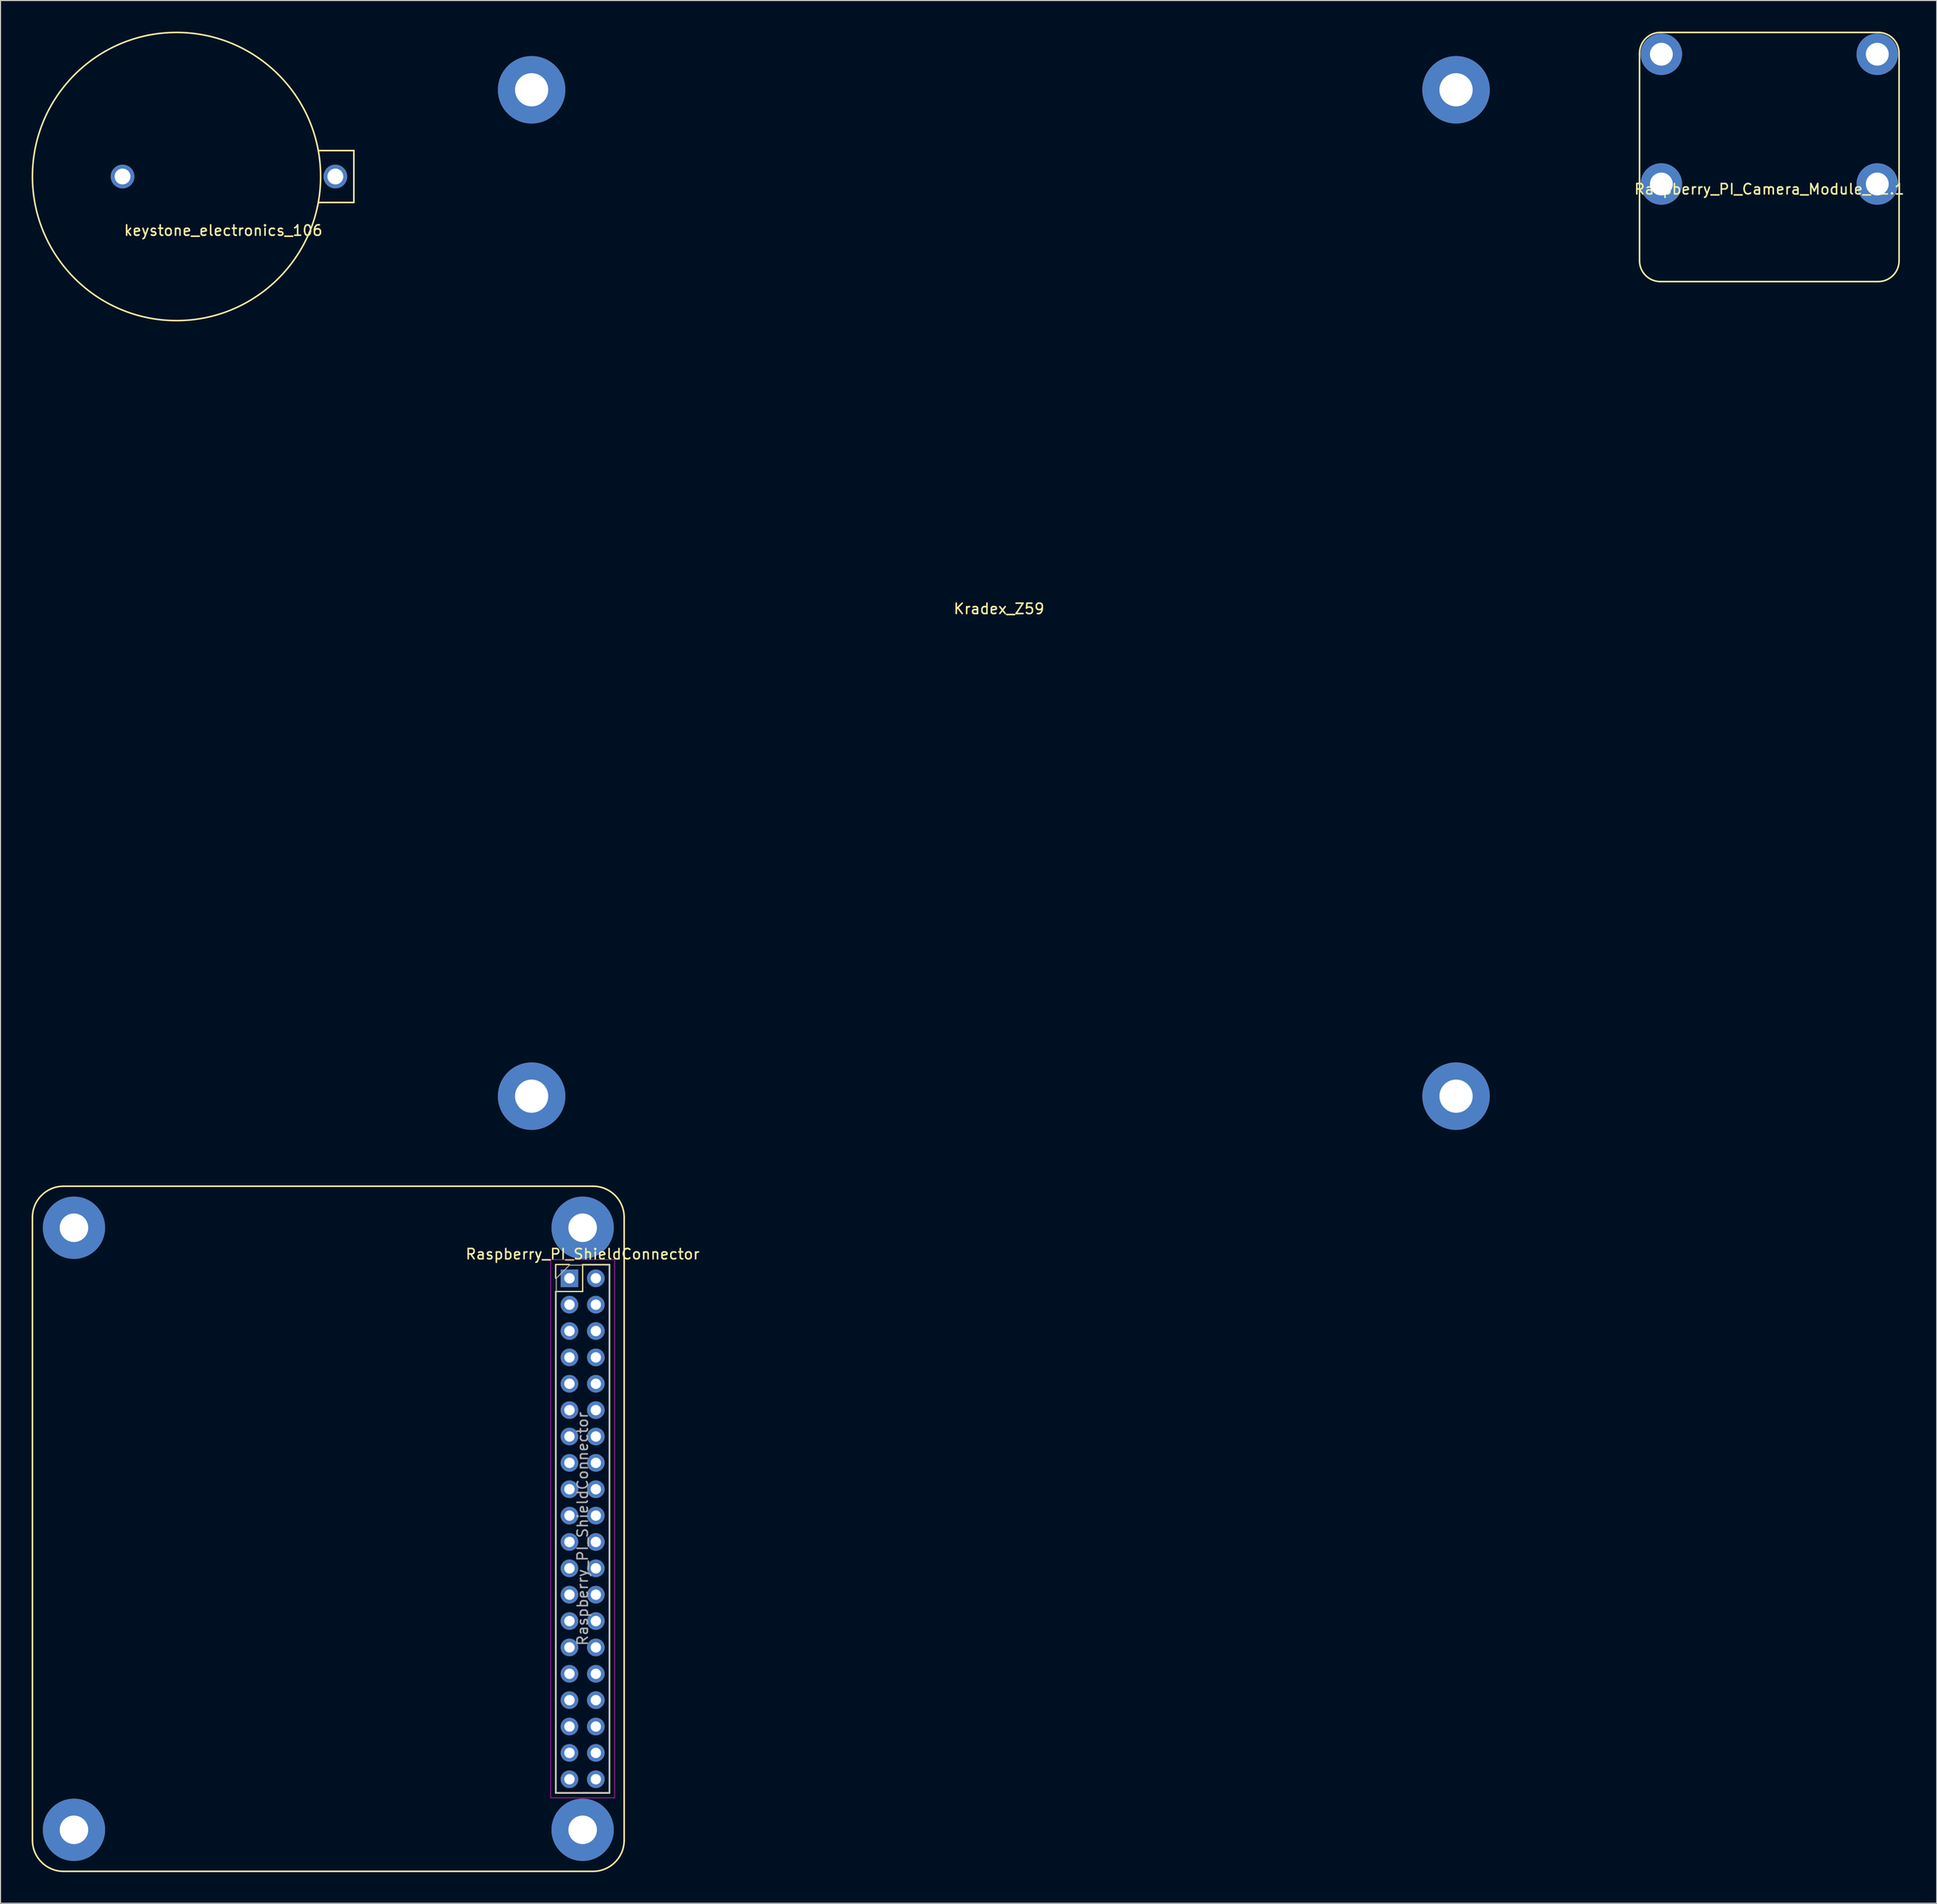
<source format=kicad_pcb>
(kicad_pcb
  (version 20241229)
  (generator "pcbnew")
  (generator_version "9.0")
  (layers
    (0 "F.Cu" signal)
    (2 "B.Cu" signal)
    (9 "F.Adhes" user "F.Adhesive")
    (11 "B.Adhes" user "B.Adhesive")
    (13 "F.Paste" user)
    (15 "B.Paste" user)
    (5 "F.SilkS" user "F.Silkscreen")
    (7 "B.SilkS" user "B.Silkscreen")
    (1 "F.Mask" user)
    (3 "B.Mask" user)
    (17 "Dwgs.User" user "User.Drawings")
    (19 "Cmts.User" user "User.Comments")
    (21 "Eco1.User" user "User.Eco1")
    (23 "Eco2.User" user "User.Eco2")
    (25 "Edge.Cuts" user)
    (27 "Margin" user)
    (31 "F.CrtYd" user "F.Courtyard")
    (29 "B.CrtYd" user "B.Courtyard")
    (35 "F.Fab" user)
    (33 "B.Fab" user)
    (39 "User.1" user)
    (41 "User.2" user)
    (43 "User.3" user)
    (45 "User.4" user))
  (footprint "keystone_electronics_106"
    (layer "F.Cu")
    (at 29.255 13.955)
    (property "Reference" "keystone_electronics_106" (at -10.8 5.2 0) (layer "F.SilkS") (effects (font (size 1 1) (thickness 0.15))))
    (attr through_hole)
    (fp_line (start -1.64 -2.5) (end 1.78 -2.5) (stroke (width 0.15) (type solid)) (layer "F.SilkS"))
    (fp_line (start 1.78 -2.5) (end 1.78 2.5) (stroke (width 0.15) (type solid)) (layer "F.SilkS"))
    (fp_line (start 1.78 2.5) (end -1.64 2.5) (stroke (width 0.15) (type solid)) (layer "F.SilkS"))
    (fp_circle (center -15.3 0) (end -29.18 0) (stroke (width 0.15) (type solid)) (fill no) (layer "F.SilkS"))
    (pad "1" thru_hole circle (at 0 0) (size 2.286 2.286) (drill 1.524) (layers "*.Cu" "*.Mask"))
    (pad "2" thru_hole circle (at -20.5 0) (size 2.286 2.286) (drill 1.524) (layers "*.Cu" "*.Mask")))
  (footprint "Raspberry_PI_Camera_Module_V2.1"
    (layer "F.Cu")
    (at 167.385 14.675)
    (property "Reference" "Raspberry_PI_Camera_Module_V2.1" (at 0 0.5 0) (layer "F.SilkS") (effects (font (size 1 1) (thickness 0.15))))
    (attr through_hole)
    (fp_line (start -12.5 -12.6) (end -12.5 7.4) (stroke (width 0.15) (type solid)) (layer "F.SilkS"))
    (fp_line (start -10.5 9.4) (end 10.5 9.4) (stroke (width 0.15) (type solid)) (layer "F.SilkS"))
    (fp_line (start 10.5 -14.6) (end -10.5 -14.6) (stroke (width 0.15) (type solid)) (layer "F.SilkS"))
    (fp_line (start 12.5 7.4) (end 12.5 -12.6) (stroke (width 0.15) (type solid)) (layer "F.SilkS"))
    (fp_arc (start -12.5 -12.6) (mid -11.914214 -14.014214) (end -10.5 -14.6) (stroke (width 0.15) (type solid)) (layer "F.SilkS"))
    (fp_arc (start -10.5 9.4) (mid -11.914214 8.814214) (end -12.5 7.4) (stroke (width 0.15) (type solid)) (layer "F.SilkS"))
    (fp_arc (start 10.5 -14.6) (mid 11.914214 -14.014214) (end 12.5 -12.6) (stroke (width 0.15) (type solid)) (layer "F.SilkS"))
    (fp_arc (start 12.5 7.4) (mid 11.914214 8.814214) (end 10.5 9.4) (stroke (width 0.15) (type solid)) (layer "F.SilkS"))
    (pad "" np_thru_hole circle (at -10.4 -12.5) (size 4 4) (drill 2.2) (layers "*.Cu" "*.Mask"))
    (pad "" np_thru_hole circle (at -10.4 0) (size 4 4) (drill 2.2) (layers "*.Cu" "*.Mask"))
    (pad "" np_thru_hole circle (at 10.4 -12.5) (size 4 4) (drill 2.2) (layers "*.Cu" "*.Mask"))
    (pad "" np_thru_hole circle (at 10.4 0) (size 4 4) (drill 2.2) (layers "*.Cu" "*.Mask")))
  (footprint "Kradex_Z59"
    (layer "F.Cu")
    (at 92.685 54.075)
    (property "Reference" "Kradex_Z59" (at 0.5 1.525 0) (layer "F.SilkS") (effects (font (size 1 1) (thickness 0.15))))
    (attr through_hole)
    (fp_line (start -58.5 -37.5) (end -58.5 45) (stroke (width 0.15) (type solid)) (layer "Margin"))
    (fp_line (start -58.5 45) (end -56 45) (stroke (width 0.15) (type solid)) (layer "Margin"))
    (fp_line (start -56 -37.5) (end -58.5 -37.5) (stroke (width 0.15) (type solid)) (layer "Margin"))
    (fp_line (start -50 -54) (end 50 -54) (stroke (width 0.15) (type solid)) (layer "Margin"))
    (fp_line (start -50 -43.5) (end -50 -54) (stroke (width 0.15) (type solid)) (layer "Margin"))
    (fp_line (start -50 51) (end -50 54) (stroke (width 0.15) (type solid)) (layer "Margin"))
    (fp_line (start -50 54) (end 50 54) (stroke (width 0.15) (type solid)) (layer "Margin"))
    (fp_line (start 50 -51) (end 50 -54) (stroke (width 0.15) (type solid)) (layer "Margin"))
    (fp_line (start 50 43.5) (end 50 54) (stroke (width 0.15) (type solid)) (layer "Margin"))
    (fp_line (start 56 -45) (end 58.5 -45) (stroke (width 0.15) (type solid)) (layer "Margin"))
    (fp_line (start 58.5 -45) (end 58.5 37.5) (stroke (width 0.15) (type solid)) (layer "Margin"))
    (fp_line (start 58.5 37.5) (end 56 37.5) (stroke (width 0.15) (type solid)) (layer "Margin"))
    (fp_arc (start -56 45) (mid -51.757359 46.757359) (end -50 51) (stroke (width 0.15) (type solid)) (layer "Margin"))
    (fp_arc (start -50 -43.5) (mid -51.757359 -39.257359) (end -56 -37.5) (stroke (width 0.15) (type solid)) (layer "Margin"))
    (fp_arc (start 50 43.5) (mid 51.757359 39.257359) (end 56 37.5) (stroke (width 0.15) (type solid)) (layer "Margin"))
    (fp_arc (start 56 -45) (mid 51.757359 -46.757359) (end 50 -51) (stroke (width 0.15) (type solid)) (layer "Margin"))
    (pad "" np_thru_hole circle (at -44.525 -48.475) (size 6.5 6.5) (drill 3.2) (layers "*.Cu" "*.Mask"))
    (pad "" np_thru_hole circle (at -44.525 48.475) (size 6.5 6.5) (drill 3.2) (layers "*.Cu" "*.Mask"))
    (pad "" np_thru_hole circle (at 44.525 -48.475) (size 6.5 6.5) (drill 3.2) (layers "*.Cu" "*.Mask"))
    (pad "" np_thru_hole circle (at 44.525 48.475) (size 6.5 6.5) (drill 3.2) (layers "*.Cu" "*.Mask")))
  (footprint "Raspberry_PI_ShieldConnector"
    (layer "F.Cu")
    (at 51.805 120.095)
    (property "Reference" "Raspberry_PI_ShieldConnector" (at 1.27 -2.33 0) (layer "F.SilkS") (effects (font (size 1 1) (thickness 0.15))))
    (attr through_hole)
    (fp_line (start -51.73 54.13) (end -51.73 -5.87) (stroke (width 0.15) (type solid)) (layer "F.SilkS"))
    (fp_line (start -48.73 -8.87) (end 2.27 -8.87) (stroke (width 0.15) (type solid)) (layer "F.SilkS"))
    (fp_line (start -1.33 -1.33) (end 0 -1.33) (stroke (width 0.12) (type solid)) (layer "F.SilkS"))
    (fp_line (start -1.33 0) (end -1.33 -1.33) (stroke (width 0.12) (type solid)) (layer "F.SilkS"))
    (fp_line (start -1.33 1.27) (end -1.33 49.59) (stroke (width 0.12) (type solid)) (layer "F.SilkS"))
    (fp_line (start -1.33 1.27) (end 1.27 1.27) (stroke (width 0.12) (type solid)) (layer "F.SilkS"))
    (fp_line (start -1.33 49.59) (end 3.87 49.59) (stroke (width 0.12) (type solid)) (layer "F.SilkS"))
    (fp_line (start 1.27 -1.33) (end 3.87 -1.33) (stroke (width 0.12) (type solid)) (layer "F.SilkS"))
    (fp_line (start 1.27 1.27) (end 1.27 -1.33) (stroke (width 0.12) (type solid)) (layer "F.SilkS"))
    (fp_line (start 2.27 57.13) (end -48.73 57.13) (stroke (width 0.15) (type solid)) (layer "F.SilkS"))
    (fp_line (start 3.87 -1.33) (end 3.87 49.59) (stroke (width 0.12) (type solid)) (layer "F.SilkS"))
    (fp_line (start 5.27 -5.87) (end 5.27 54.13) (stroke (width 0.15) (type solid)) (layer "F.SilkS"))
    (fp_arc (start -51.73 -5.87) (mid -50.85132 -7.99132) (end -48.73 -8.87) (stroke (width 0.15) (type solid)) (layer "F.SilkS"))
    (fp_arc (start -48.73 57.13) (mid -50.85132 56.25132) (end -51.73 54.13) (stroke (width 0.15) (type solid)) (layer "F.SilkS"))
    (fp_arc (start 2.27 -8.87) (mid 4.39132 -7.99132) (end 5.27 -5.87) (stroke (width 0.15) (type solid)) (layer "F.SilkS"))
    (fp_arc (start 5.27 54.13) (mid 4.39132 56.25132) (end 2.27 57.13) (stroke (width 0.15) (type solid)) (layer "F.SilkS"))
    (fp_line (start -1.8 -1.8) (end -1.8 50.05) (stroke (width 0.05) (type solid)) (layer "F.CrtYd"))
    (fp_line (start -1.8 50.05) (end 4.35 50.05) (stroke (width 0.05) (type solid)) (layer "F.CrtYd"))
    (fp_line (start 4.35 -1.8) (end -1.8 -1.8) (stroke (width 0.05) (type solid)) (layer "F.CrtYd"))
    (fp_line (start 4.35 50.05) (end 4.35 -1.8) (stroke (width 0.05) (type solid)) (layer "F.CrtYd"))
    (fp_line (start -1.27 0) (end 0 -1.27) (stroke (width 0.1) (type solid)) (layer "F.Fab"))
    (fp_line (start -1.27 49.53) (end -1.27 0) (stroke (width 0.1) (type solid)) (layer "F.Fab"))
    (fp_line (start 0 -1.27) (end 3.81 -1.27) (stroke (width 0.1) (type solid)) (layer "F.Fab"))
    (fp_line (start 3.81 -1.27) (end 3.81 49.53) (stroke (width 0.1) (type solid)) (layer "F.Fab"))
    (fp_line (start 3.81 49.53) (end -1.27 49.53) (stroke (width 0.1) (type solid)) (layer "F.Fab"))
    (fp_text user "${REFERENCE}" (at 1.27 24.13 90) (layer "F.Fab") (effects (font (size 1 1) (thickness 0.15))))
    (pad "" np_thru_hole circle (at -47.73 -4.87) (size 6 6) (drill 2.75) (layers "*.Cu" "*.Mask"))
    (pad "" np_thru_hole circle (at -47.73 53.13) (size 6 6) (drill 2.75) (layers "*.Cu" "*.Mask"))
    (pad "" np_thru_hole circle (at 1.27 -4.87) (size 6 6) (drill 2.75) (layers "*.Cu" "*.Mask"))
    (pad "" np_thru_hole circle (at 1.27 53.13) (size 6 6) (drill 2.75) (layers "*.Cu" "*.Mask"))
    (pad "1" thru_hole rect (at 0 0) (size 1.7 1.7) (drill 1) (layers "*.Cu" "*.Mask"))
    (pad "2" thru_hole oval (at 2.54 0) (size 1.7 1.7) (drill 1) (layers "*.Cu" "*.Mask"))
    (pad "3" thru_hole oval (at 0 2.54) (size 1.7 1.7) (drill 1) (layers "*.Cu" "*.Mask"))
    (pad "4" thru_hole oval (at 2.54 2.54) (size 1.7 1.7) (drill 1) (layers "*.Cu" "*.Mask"))
    (pad "5" thru_hole oval (at 0 5.08) (size 1.7 1.7) (drill 1) (layers "*.Cu" "*.Mask"))
    (pad "6" thru_hole oval (at 2.54 5.08) (size 1.7 1.7) (drill 1) (layers "*.Cu" "*.Mask"))
    (pad "7" thru_hole oval (at 0 7.62) (size 1.7 1.7) (drill 1) (layers "*.Cu" "*.Mask"))
    (pad "8" thru_hole oval (at 2.54 7.62) (size 1.7 1.7) (drill 1) (layers "*.Cu" "*.Mask"))
    (pad "9" thru_hole oval (at 0 10.16) (size 1.7 1.7) (drill 1) (layers "*.Cu" "*.Mask"))
    (pad "10" thru_hole oval (at 2.54 10.16) (size 1.7 1.7) (drill 1) (layers "*.Cu" "*.Mask"))
    (pad "11" thru_hole oval (at 0 12.7) (size 1.7 1.7) (drill 1) (layers "*.Cu" "*.Mask"))
    (pad "12" thru_hole oval (at 2.54 12.7) (size 1.7 1.7) (drill 1) (layers "*.Cu" "*.Mask"))
    (pad "13" thru_hole oval (at 0 15.24) (size 1.7 1.7) (drill 1) (layers "*.Cu" "*.Mask"))
    (pad "14" thru_hole oval (at 2.54 15.24) (size 1.7 1.7) (drill 1) (layers "*.Cu" "*.Mask"))
    (pad "15" thru_hole oval (at 0 17.78) (size 1.7 1.7) (drill 1) (layers "*.Cu" "*.Mask"))
    (pad "16" thru_hole oval (at 2.54 17.78) (size 1.7 1.7) (drill 1) (layers "*.Cu" "*.Mask"))
    (pad "17" thru_hole oval (at 0 20.32) (size 1.7 1.7) (drill 1) (layers "*.Cu" "*.Mask"))
    (pad "18" thru_hole oval (at 2.54 20.32) (size 1.7 1.7) (drill 1) (layers "*.Cu" "*.Mask"))
    (pad "19" thru_hole oval (at 0 22.86) (size 1.7 1.7) (drill 1) (layers "*.Cu" "*.Mask"))
    (pad "20" thru_hole oval (at 2.54 22.86) (size 1.7 1.7) (drill 1) (layers "*.Cu" "*.Mask"))
    (pad "21" thru_hole oval (at 0 25.4) (size 1.7 1.7) (drill 1) (layers "*.Cu" "*.Mask"))
    (pad "22" thru_hole oval (at 2.54 25.4) (size 1.7 1.7) (drill 1) (layers "*.Cu" "*.Mask"))
    (pad "23" thru_hole oval (at 0 27.94) (size 1.7 1.7) (drill 1) (layers "*.Cu" "*.Mask"))
    (pad "24" thru_hole oval (at 2.54 27.94) (size 1.7 1.7) (drill 1) (layers "*.Cu" "*.Mask"))
    (pad "25" thru_hole oval (at 0 30.48) (size 1.7 1.7) (drill 1) (layers "*.Cu" "*.Mask"))
    (pad "26" thru_hole oval (at 2.54 30.48) (size 1.7 1.7) (drill 1) (layers "*.Cu" "*.Mask"))
    (pad "27" thru_hole oval (at 0 33.02) (size 1.7 1.7) (drill 1) (layers "*.Cu" "*.Mask"))
    (pad "28" thru_hole oval (at 2.54 33.02) (size 1.7 1.7) (drill 1) (layers "*.Cu" "*.Mask"))
    (pad "29" thru_hole oval (at 0 35.56) (size 1.7 1.7) (drill 1) (layers "*.Cu" "*.Mask"))
    (pad "30" thru_hole oval (at 2.54 35.56) (size 1.7 1.7) (drill 1) (layers "*.Cu" "*.Mask"))
    (pad "31" thru_hole oval (at 0 38.1) (size 1.7 1.7) (drill 1) (layers "*.Cu" "*.Mask"))
    (pad "32" thru_hole oval (at 2.54 38.1) (size 1.7 1.7) (drill 1) (layers "*.Cu" "*.Mask"))
    (pad "33" thru_hole oval (at 0 40.64) (size 1.7 1.7) (drill 1) (layers "*.Cu" "*.Mask"))
    (pad "34" thru_hole oval (at 2.54 40.64) (size 1.7 1.7) (drill 1) (layers "*.Cu" "*.Mask"))
    (pad "35" thru_hole oval (at 0 43.18) (size 1.7 1.7) (drill 1) (layers "*.Cu" "*.Mask"))
    (pad "36" thru_hole oval (at 2.54 43.18) (size 1.7 1.7) (drill 1) (layers "*.Cu" "*.Mask"))
    (pad "37" thru_hole oval (at 0 45.72) (size 1.7 1.7) (drill 1) (layers "*.Cu" "*.Mask"))
    (pad "38" thru_hole oval (at 2.54 45.72) (size 1.7 1.7) (drill 1) (layers "*.Cu" "*.Mask"))
    (pad "39" thru_hole oval (at 0 48.26) (size 1.7 1.7) (drill 1) (layers "*.Cu" "*.Mask"))
    (pad "40" thru_hole oval (at 2.54 48.26) (size 1.7 1.7) (drill 1) (layers "*.Cu" "*.Mask")))
  (gr_rect
    (start -3 -3)
    (end 183.51 180.3)
    (stroke (width 0.1) (type default))
    (fill no)
    (layer "Edge.Cuts")))
</source>
